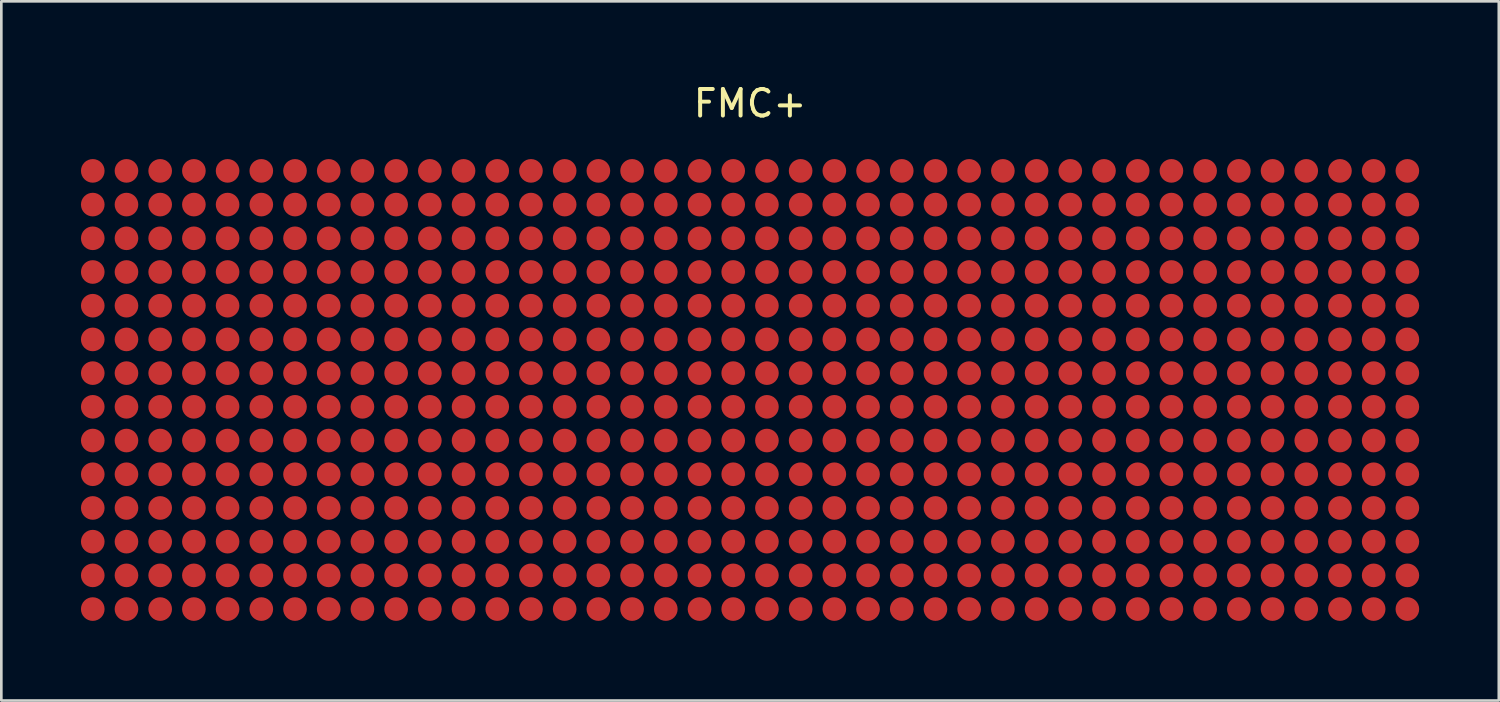
<source format=kicad_pcb>
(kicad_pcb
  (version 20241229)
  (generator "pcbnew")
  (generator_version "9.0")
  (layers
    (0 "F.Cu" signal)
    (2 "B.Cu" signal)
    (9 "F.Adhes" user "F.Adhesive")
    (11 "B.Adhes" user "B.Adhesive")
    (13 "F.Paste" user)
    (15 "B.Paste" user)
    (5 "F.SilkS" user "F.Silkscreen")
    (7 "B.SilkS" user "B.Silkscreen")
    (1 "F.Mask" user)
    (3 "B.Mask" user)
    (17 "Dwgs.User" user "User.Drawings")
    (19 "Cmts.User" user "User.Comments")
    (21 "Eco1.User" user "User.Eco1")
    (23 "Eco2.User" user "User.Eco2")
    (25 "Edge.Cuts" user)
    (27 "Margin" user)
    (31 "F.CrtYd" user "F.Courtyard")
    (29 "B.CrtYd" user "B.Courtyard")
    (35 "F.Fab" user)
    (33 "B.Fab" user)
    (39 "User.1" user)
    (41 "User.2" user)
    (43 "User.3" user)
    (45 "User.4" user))
  (footprint "FMC+"
    (layer "F.Cu")
    (at 25.21 11.643)
    (property "Reference" "FMC+" (at 0 -10.795 0) (layer "F.SilkS") (effects (font (size 1 1) (thickness 0.15))))
    (attr through_hole)
    (pad "A1" smd circle (at -24.765 -5.715) (size 0.89 0.89) (layers "F.Cu" "F.Mask" "F.Paste"))
    (pad "A2" smd circle (at -23.495 -5.715) (size 0.89 0.89) (layers "F.Cu" "F.Mask" "F.Paste"))
    (pad "A3" smd circle (at -22.225 -5.715) (size 0.89 0.89) (layers "F.Cu" "F.Mask" "F.Paste"))
    (pad "A4" smd circle (at -20.955 -5.715) (size 0.89 0.89) (layers "F.Cu" "F.Mask" "F.Paste"))
    (pad "A5" smd circle (at -19.685 -5.715) (size 0.89 0.89) (layers "F.Cu" "F.Mask" "F.Paste"))
    (pad "A6" smd circle (at -18.415 -5.715) (size 0.89 0.89) (layers "F.Cu" "F.Mask" "F.Paste"))
    (pad "A7" smd circle (at -17.145 -5.715) (size 0.89 0.89) (layers "F.Cu" "F.Mask" "F.Paste"))
    (pad "A8" smd circle (at -15.875 -5.715) (size 0.89 0.89) (layers "F.Cu" "F.Mask" "F.Paste"))
    (pad "A9" smd circle (at -14.605 -5.715) (size 0.89 0.89) (layers "F.Cu" "F.Mask" "F.Paste"))
    (pad "A10" smd circle (at -13.335 -5.715) (size 0.89 0.89) (layers "F.Cu" "F.Mask" "F.Paste"))
    (pad "A11" smd circle (at -12.065 -5.715) (size 0.89 0.89) (layers "F.Cu" "F.Mask" "F.Paste"))
    (pad "A12" smd circle (at -10.795 -5.715) (size 0.89 0.89) (layers "F.Cu" "F.Mask" "F.Paste"))
    (pad "A13" smd circle (at -9.525 -5.715) (size 0.89 0.89) (layers "F.Cu" "F.Mask" "F.Paste"))
    (pad "A14" smd circle (at -8.255 -5.715) (size 0.89 0.89) (layers "F.Cu" "F.Mask" "F.Paste"))
    (pad "A15" smd circle (at -6.985 -5.715) (size 0.89 0.89) (layers "F.Cu" "F.Mask" "F.Paste"))
    (pad "A16" smd circle (at -5.715 -5.715) (size 0.89 0.89) (layers "F.Cu" "F.Mask" "F.Paste"))
    (pad "A17" smd circle (at -4.445 -5.715) (size 0.89 0.89) (layers "F.Cu" "F.Mask" "F.Paste"))
    (pad "A18" smd circle (at -3.175 -5.715) (size 0.89 0.89) (layers "F.Cu" "F.Mask" "F.Paste"))
    (pad "A19" smd circle (at -1.905 -5.715) (size 0.89 0.89) (layers "F.Cu" "F.Mask" "F.Paste"))
    (pad "A20" smd circle (at -0.635 -5.715) (size 0.89 0.89) (layers "F.Cu" "F.Mask" "F.Paste"))
    (pad "A21" smd circle (at 0.635 -5.715) (size 0.89 0.89) (layers "F.Cu" "F.Mask" "F.Paste"))
    (pad "A22" smd circle (at 1.905 -5.715) (size 0.89 0.89) (layers "F.Cu" "F.Mask" "F.Paste"))
    (pad "A23" smd circle (at 3.175 -5.715) (size 0.89 0.89) (layers "F.Cu" "F.Mask" "F.Paste"))
    (pad "A24" smd circle (at 4.445 -5.715) (size 0.89 0.89) (layers "F.Cu" "F.Mask" "F.Paste"))
    (pad "A25" smd circle (at 5.715 -5.715) (size 0.89 0.89) (layers "F.Cu" "F.Mask" "F.Paste"))
    (pad "A26" smd circle (at 6.985 -5.715) (size 0.89 0.89) (layers "F.Cu" "F.Mask" "F.Paste"))
    (pad "A27" smd circle (at 8.255 -5.715) (size 0.89 0.89) (layers "F.Cu" "F.Mask" "F.Paste"))
    (pad "A28" smd circle (at 9.525 -5.715) (size 0.89 0.89) (layers "F.Cu" "F.Mask" "F.Paste"))
    (pad "A29" smd circle (at 10.795 -5.715) (size 0.89 0.89) (layers "F.Cu" "F.Mask" "F.Paste"))
    (pad "A30" smd circle (at 12.065 -5.715) (size 0.89 0.89) (layers "F.Cu" "F.Mask" "F.Paste"))
    (pad "A31" smd circle (at 13.335 -5.715) (size 0.89 0.89) (layers "F.Cu" "F.Mask" "F.Paste"))
    (pad "A32" smd circle (at 14.605 -5.715) (size 0.89 0.89) (layers "F.Cu" "F.Mask" "F.Paste"))
    (pad "A33" smd circle (at 15.875 -5.715) (size 0.89 0.89) (layers "F.Cu" "F.Mask" "F.Paste"))
    (pad "A34" smd circle (at 17.145 -5.715) (size 0.89 0.89) (layers "F.Cu" "F.Mask" "F.Paste"))
    (pad "A35" smd circle (at 18.415 -5.715) (size 0.89 0.89) (layers "F.Cu" "F.Mask" "F.Paste"))
    (pad "A36" smd circle (at 19.685 -5.715) (size 0.89 0.89) (layers "F.Cu" "F.Mask" "F.Paste"))
    (pad "A37" smd circle (at 20.955 -5.715) (size 0.89 0.89) (layers "F.Cu" "F.Mask" "F.Paste"))
    (pad "A38" smd circle (at 22.225 -5.715) (size 0.89 0.89) (layers "F.Cu" "F.Mask" "F.Paste"))
    (pad "A39" smd circle (at 23.495 -5.715) (size 0.89 0.89) (layers "F.Cu" "F.Mask" "F.Paste"))
    (pad "A40" smd circle (at 24.765 -5.715) (size 0.89 0.89) (layers "F.Cu" "F.Mask" "F.Paste"))
    (pad "B1" smd circle (at -24.765 -4.445) (size 0.89 0.89) (layers "F.Cu" "F.Mask" "F.Paste"))
    (pad "B2" smd circle (at -23.495 -4.445) (size 0.89 0.89) (layers "F.Cu" "F.Mask" "F.Paste"))
    (pad "B3" smd circle (at -22.225 -4.445) (size 0.89 0.89) (layers "F.Cu" "F.Mask" "F.Paste"))
    (pad "B4" smd circle (at -20.955 -4.445) (size 0.89 0.89) (layers "F.Cu" "F.Mask" "F.Paste"))
    (pad "B5" smd circle (at -19.685 -4.445) (size 0.89 0.89) (layers "F.Cu" "F.Mask" "F.Paste"))
    (pad "B6" smd circle (at -18.415 -4.445) (size 0.89 0.89) (layers "F.Cu" "F.Mask" "F.Paste"))
    (pad "B7" smd circle (at -17.145 -4.445) (size 0.89 0.89) (layers "F.Cu" "F.Mask" "F.Paste"))
    (pad "B8" smd circle (at -15.875 -4.445) (size 0.89 0.89) (layers "F.Cu" "F.Mask" "F.Paste"))
    (pad "B9" smd circle (at -14.605 -4.445) (size 0.89 0.89) (layers "F.Cu" "F.Mask" "F.Paste"))
    (pad "B10" smd circle (at -13.335 -4.445) (size 0.89 0.89) (layers "F.Cu" "F.Mask" "F.Paste"))
    (pad "B11" smd circle (at -12.065 -4.445) (size 0.89 0.89) (layers "F.Cu" "F.Mask" "F.Paste"))
    (pad "B12" smd circle (at -10.795 -4.445) (size 0.89 0.89) (layers "F.Cu" "F.Mask" "F.Paste"))
    (pad "B13" smd circle (at -9.525 -4.445) (size 0.89 0.89) (layers "F.Cu" "F.Mask" "F.Paste"))
    (pad "B14" smd circle (at -8.255 -4.445) (size 0.89 0.89) (layers "F.Cu" "F.Mask" "F.Paste"))
    (pad "B15" smd circle (at -6.985 -4.445) (size 0.89 0.89) (layers "F.Cu" "F.Mask" "F.Paste"))
    (pad "B16" smd circle (at -5.715 -4.445) (size 0.89 0.89) (layers "F.Cu" "F.Mask" "F.Paste"))
    (pad "B17" smd circle (at -4.445 -4.445) (size 0.89 0.89) (layers "F.Cu" "F.Mask" "F.Paste"))
    (pad "B18" smd circle (at -3.175 -4.445) (size 0.89 0.89) (layers "F.Cu" "F.Mask" "F.Paste"))
    (pad "B19" smd circle (at -1.905 -4.445) (size 0.89 0.89) (layers "F.Cu" "F.Mask" "F.Paste"))
    (pad "B20" smd circle (at -0.635 -4.445) (size 0.89 0.89) (layers "F.Cu" "F.Mask" "F.Paste"))
    (pad "B21" smd circle (at 0.635 -4.445) (size 0.89 0.89) (layers "F.Cu" "F.Mask" "F.Paste"))
    (pad "B22" smd circle (at 1.905 -4.445) (size 0.89 0.89) (layers "F.Cu" "F.Mask" "F.Paste"))
    (pad "B23" smd circle (at 3.175 -4.445) (size 0.89 0.89) (layers "F.Cu" "F.Mask" "F.Paste"))
    (pad "B24" smd circle (at 4.445 -4.445) (size 0.89 0.89) (layers "F.Cu" "F.Mask" "F.Paste"))
    (pad "B25" smd circle (at 5.715 -4.445) (size 0.89 0.89) (layers "F.Cu" "F.Mask" "F.Paste"))
    (pad "B26" smd circle (at 6.985 -4.445) (size 0.89 0.89) (layers "F.Cu" "F.Mask" "F.Paste"))
    (pad "B27" smd circle (at 8.255 -4.445) (size 0.89 0.89) (layers "F.Cu" "F.Mask" "F.Paste"))
    (pad "B28" smd circle (at 9.525 -4.445) (size 0.89 0.89) (layers "F.Cu" "F.Mask" "F.Paste"))
    (pad "B29" smd circle (at 10.795 -4.445) (size 0.89 0.89) (layers "F.Cu" "F.Mask" "F.Paste"))
    (pad "B30" smd circle (at 12.065 -4.445) (size 0.89 0.89) (layers "F.Cu" "F.Mask" "F.Paste"))
    (pad "B31" smd circle (at 13.335 -4.445) (size 0.89 0.89) (layers "F.Cu" "F.Mask" "F.Paste"))
    (pad "B32" smd circle (at 14.605 -4.445) (size 0.89 0.89) (layers "F.Cu" "F.Mask" "F.Paste"))
    (pad "B33" smd circle (at 15.875 -4.445) (size 0.89 0.89) (layers "F.Cu" "F.Mask" "F.Paste"))
    (pad "B34" smd circle (at 17.145 -4.445) (size 0.89 0.89) (layers "F.Cu" "F.Mask" "F.Paste"))
    (pad "B35" smd circle (at 18.415 -4.445) (size 0.89 0.89) (layers "F.Cu" "F.Mask" "F.Paste"))
    (pad "B36" smd circle (at 19.685 -4.445) (size 0.89 0.89) (layers "F.Cu" "F.Mask" "F.Paste"))
    (pad "B37" smd circle (at 20.955 -4.445) (size 0.89 0.89) (layers "F.Cu" "F.Mask" "F.Paste"))
    (pad "B38" smd circle (at 22.225 -4.445) (size 0.89 0.89) (layers "F.Cu" "F.Mask" "F.Paste"))
    (pad "B39" smd circle (at 23.495 -4.445) (size 0.89 0.89) (layers "F.Cu" "F.Mask" "F.Paste"))
    (pad "B40" smd circle (at 24.765 -4.445) (size 0.89 0.89) (layers "F.Cu" "F.Mask" "F.Paste"))
    (pad "C1" smd circle (at -24.765 -3.175) (size 0.89 0.89) (layers "F.Cu" "F.Mask" "F.Paste"))
    (pad "C2" smd circle (at -23.495 -3.175) (size 0.89 0.89) (layers "F.Cu" "F.Mask" "F.Paste"))
    (pad "C3" smd circle (at -22.225 -3.175) (size 0.89 0.89) (layers "F.Cu" "F.Mask" "F.Paste"))
    (pad "C4" smd circle (at -20.955 -3.175) (size 0.89 0.89) (layers "F.Cu" "F.Mask" "F.Paste"))
    (pad "C5" smd circle (at -19.685 -3.175) (size 0.89 0.89) (layers "F.Cu" "F.Mask" "F.Paste"))
    (pad "C6" smd circle (at -18.415 -3.175) (size 0.89 0.89) (layers "F.Cu" "F.Mask" "F.Paste"))
    (pad "C7" smd circle (at -17.145 -3.175) (size 0.89 0.89) (layers "F.Cu" "F.Mask" "F.Paste"))
    (pad "C8" smd circle (at -15.875 -3.175) (size 0.89 0.89) (layers "F.Cu" "F.Mask" "F.Paste"))
    (pad "C9" smd circle (at -14.605 -3.175) (size 0.89 0.89) (layers "F.Cu" "F.Mask" "F.Paste"))
    (pad "C10" smd circle (at -13.335 -3.175) (size 0.89 0.89) (layers "F.Cu" "F.Mask" "F.Paste"))
    (pad "C11" smd circle (at -12.065 -3.175) (size 0.89 0.89) (layers "F.Cu" "F.Mask" "F.Paste"))
    (pad "C12" smd circle (at -10.795 -3.175) (size 0.89 0.89) (layers "F.Cu" "F.Mask" "F.Paste"))
    (pad "C13" smd circle (at -9.525 -3.175) (size 0.89 0.89) (layers "F.Cu" "F.Mask" "F.Paste"))
    (pad "C14" smd circle (at -8.255 -3.175) (size 0.89 0.89) (layers "F.Cu" "F.Mask" "F.Paste"))
    (pad "C15" smd circle (at -6.985 -3.175) (size 0.89 0.89) (layers "F.Cu" "F.Mask" "F.Paste"))
    (pad "C16" smd circle (at -5.715 -3.175) (size 0.89 0.89) (layers "F.Cu" "F.Mask" "F.Paste"))
    (pad "C17" smd circle (at -4.445 -3.175) (size 0.89 0.89) (layers "F.Cu" "F.Mask" "F.Paste"))
    (pad "C18" smd circle (at -3.175 -3.175) (size 0.89 0.89) (layers "F.Cu" "F.Mask" "F.Paste"))
    (pad "C19" smd circle (at -1.905 -3.175) (size 0.89 0.89) (layers "F.Cu" "F.Mask" "F.Paste"))
    (pad "C20" smd circle (at -0.635 -3.175) (size 0.89 0.89) (layers "F.Cu" "F.Mask" "F.Paste"))
    (pad "C21" smd circle (at 0.635 -3.175) (size 0.89 0.89) (layers "F.Cu" "F.Mask" "F.Paste"))
    (pad "C22" smd circle (at 1.905 -3.175) (size 0.89 0.89) (layers "F.Cu" "F.Mask" "F.Paste"))
    (pad "C23" smd circle (at 3.175 -3.175) (size 0.89 0.89) (layers "F.Cu" "F.Mask" "F.Paste"))
    (pad "C24" smd circle (at 4.445 -3.175) (size 0.89 0.89) (layers "F.Cu" "F.Mask" "F.Paste"))
    (pad "C25" smd circle (at 5.715 -3.175) (size 0.89 0.89) (layers "F.Cu" "F.Mask" "F.Paste"))
    (pad "C26" smd circle (at 6.985 -3.175) (size 0.89 0.89) (layers "F.Cu" "F.Mask" "F.Paste"))
    (pad "C27" smd circle (at 8.255 -3.175) (size 0.89 0.89) (layers "F.Cu" "F.Mask" "F.Paste"))
    (pad "C28" smd circle (at 9.525 -3.175) (size 0.89 0.89) (layers "F.Cu" "F.Mask" "F.Paste"))
    (pad "C29" smd circle (at 10.795 -3.175) (size 0.89 0.89) (layers "F.Cu" "F.Mask" "F.Paste"))
    (pad "C30" smd circle (at 12.065 -3.175) (size 0.89 0.89) (layers "F.Cu" "F.Mask" "F.Paste"))
    (pad "C31" smd circle (at 13.335 -3.175) (size 0.89 0.89) (layers "F.Cu" "F.Mask" "F.Paste"))
    (pad "C32" smd circle (at 14.605 -3.175) (size 0.89 0.89) (layers "F.Cu" "F.Mask" "F.Paste"))
    (pad "C33" smd circle (at 15.875 -3.175) (size 0.89 0.89) (layers "F.Cu" "F.Mask" "F.Paste"))
    (pad "C34" smd circle (at 17.145 -3.175) (size 0.89 0.89) (layers "F.Cu" "F.Mask" "F.Paste"))
    (pad "C35" smd circle (at 18.415 -3.175) (size 0.89 0.89) (layers "F.Cu" "F.Mask" "F.Paste"))
    (pad "C36" smd circle (at 19.685 -3.175) (size 0.89 0.89) (layers "F.Cu" "F.Mask" "F.Paste"))
    (pad "C37" smd circle (at 20.955 -3.175) (size 0.89 0.89) (layers "F.Cu" "F.Mask" "F.Paste"))
    (pad "C38" smd circle (at 22.225 -3.175) (size 0.89 0.89) (layers "F.Cu" "F.Mask" "F.Paste"))
    (pad "C39" smd circle (at 23.495 -3.175) (size 0.89 0.89) (layers "F.Cu" "F.Mask" "F.Paste"))
    (pad "C40" smd circle (at 24.765 -3.175) (size 0.89 0.89) (layers "F.Cu" "F.Mask" "F.Paste"))
    (pad "D1" smd circle (at -24.765 -1.905) (size 0.89 0.89) (layers "F.Cu" "F.Mask" "F.Paste"))
    (pad "D2" smd circle (at -23.495 -1.905) (size 0.89 0.89) (layers "F.Cu" "F.Mask" "F.Paste"))
    (pad "D3" smd circle (at -22.225 -1.905) (size 0.89 0.89) (layers "F.Cu" "F.Mask" "F.Paste"))
    (pad "D4" smd circle (at -20.955 -1.905) (size 0.89 0.89) (layers "F.Cu" "F.Mask" "F.Paste"))
    (pad "D5" smd circle (at -19.685 -1.905) (size 0.89 0.89) (layers "F.Cu" "F.Mask" "F.Paste"))
    (pad "D6" smd circle (at -18.415 -1.905) (size 0.89 0.89) (layers "F.Cu" "F.Mask" "F.Paste"))
    (pad "D7" smd circle (at -17.145 -1.905) (size 0.89 0.89) (layers "F.Cu" "F.Mask" "F.Paste"))
    (pad "D8" smd circle (at -15.875 -1.905) (size 0.89 0.89) (layers "F.Cu" "F.Mask" "F.Paste"))
    (pad "D9" smd circle (at -14.605 -1.905) (size 0.89 0.89) (layers "F.Cu" "F.Mask" "F.Paste"))
    (pad "D10" smd circle (at -13.335 -1.905) (size 0.89 0.89) (layers "F.Cu" "F.Mask" "F.Paste"))
    (pad "D11" smd circle (at -12.065 -1.905) (size 0.89 0.89) (layers "F.Cu" "F.Mask" "F.Paste"))
    (pad "D12" smd circle (at -10.795 -1.905) (size 0.89 0.89) (layers "F.Cu" "F.Mask" "F.Paste"))
    (pad "D13" smd circle (at -9.525 -1.905) (size 0.89 0.89) (layers "F.Cu" "F.Mask" "F.Paste"))
    (pad "D14" smd circle (at -8.255 -1.905) (size 0.89 0.89) (layers "F.Cu" "F.Mask" "F.Paste"))
    (pad "D15" smd circle (at -6.985 -1.905) (size 0.89 0.89) (layers "F.Cu" "F.Mask" "F.Paste"))
    (pad "D16" smd circle (at -5.715 -1.905) (size 0.89 0.89) (layers "F.Cu" "F.Mask" "F.Paste"))
    (pad "D17" smd circle (at -4.445 -1.905) (size 0.89 0.89) (layers "F.Cu" "F.Mask" "F.Paste"))
    (pad "D18" smd circle (at -3.175 -1.905) (size 0.89 0.89) (layers "F.Cu" "F.Mask" "F.Paste"))
    (pad "D19" smd circle (at -1.905 -1.905) (size 0.89 0.89) (layers "F.Cu" "F.Mask" "F.Paste"))
    (pad "D20" smd circle (at -0.635 -1.905) (size 0.89 0.89) (layers "F.Cu" "F.Mask" "F.Paste"))
    (pad "D21" smd circle (at 0.635 -1.905) (size 0.89 0.89) (layers "F.Cu" "F.Mask" "F.Paste"))
    (pad "D22" smd circle (at 1.905 -1.905) (size 0.89 0.89) (layers "F.Cu" "F.Mask" "F.Paste"))
    (pad "D23" smd circle (at 3.175 -1.905) (size 0.89 0.89) (layers "F.Cu" "F.Mask" "F.Paste"))
    (pad "D24" smd circle (at 4.445 -1.905) (size 0.89 0.89) (layers "F.Cu" "F.Mask" "F.Paste"))
    (pad "D25" smd circle (at 5.715 -1.905) (size 0.89 0.89) (layers "F.Cu" "F.Mask" "F.Paste"))
    (pad "D26" smd circle (at 6.985 -1.905) (size 0.89 0.89) (layers "F.Cu" "F.Mask" "F.Paste"))
    (pad "D27" smd circle (at 8.255 -1.905) (size 0.89 0.89) (layers "F.Cu" "F.Mask" "F.Paste"))
    (pad "D28" smd circle (at 9.525 -1.905) (size 0.89 0.89) (layers "F.Cu" "F.Mask" "F.Paste"))
    (pad "D29" smd circle (at 10.795 -1.905) (size 0.89 0.89) (layers "F.Cu" "F.Mask" "F.Paste"))
    (pad "D30" smd circle (at 12.065 -1.905) (size 0.89 0.89) (layers "F.Cu" "F.Mask" "F.Paste"))
    (pad "D31" smd circle (at 13.335 -1.905) (size 0.89 0.89) (layers "F.Cu" "F.Mask" "F.Paste"))
    (pad "D32" smd circle (at 14.605 -1.905) (size 0.89 0.89) (layers "F.Cu" "F.Mask" "F.Paste"))
    (pad "D33" smd circle (at 15.875 -1.905) (size 0.89 0.89) (layers "F.Cu" "F.Mask" "F.Paste"))
    (pad "D34" smd circle (at 17.145 -1.905) (size 0.89 0.89) (layers "F.Cu" "F.Mask" "F.Paste"))
    (pad "D35" smd circle (at 18.415 -1.905) (size 0.89 0.89) (layers "F.Cu" "F.Mask" "F.Paste"))
    (pad "D36" smd circle (at 19.685 -1.905) (size 0.89 0.89) (layers "F.Cu" "F.Mask" "F.Paste"))
    (pad "D37" smd circle (at 20.955 -1.905) (size 0.89 0.89) (layers "F.Cu" "F.Mask" "F.Paste"))
    (pad "D38" smd circle (at 22.225 -1.905) (size 0.89 0.89) (layers "F.Cu" "F.Mask" "F.Paste"))
    (pad "D39" smd circle (at 23.495 -1.905) (size 0.89 0.89) (layers "F.Cu" "F.Mask" "F.Paste"))
    (pad "D40" smd circle (at 24.765 -1.905) (size 0.89 0.89) (layers "F.Cu" "F.Mask" "F.Paste"))
    (pad "E1" smd circle (at -24.765 -0.635) (size 0.89 0.89) (layers "F.Cu" "F.Mask" "F.Paste"))
    (pad "E2" smd circle (at -23.495 -0.635) (size 0.89 0.89) (layers "F.Cu" "F.Mask" "F.Paste"))
    (pad "E3" smd circle (at -22.225 -0.635) (size 0.89 0.89) (layers "F.Cu" "F.Mask" "F.Paste"))
    (pad "E4" smd circle (at -20.955 -0.635) (size 0.89 0.89) (layers "F.Cu" "F.Mask" "F.Paste"))
    (pad "E5" smd circle (at -19.685 -0.635) (size 0.89 0.89) (layers "F.Cu" "F.Mask" "F.Paste"))
    (pad "E6" smd circle (at -18.415 -0.635) (size 0.89 0.89) (layers "F.Cu" "F.Mask" "F.Paste"))
    (pad "E7" smd circle (at -17.145 -0.635) (size 0.89 0.89) (layers "F.Cu" "F.Mask" "F.Paste"))
    (pad "E8" smd circle (at -15.875 -0.635) (size 0.89 0.89) (layers "F.Cu" "F.Mask" "F.Paste"))
    (pad "E9" smd circle (at -14.605 -0.635) (size 0.89 0.89) (layers "F.Cu" "F.Mask" "F.Paste"))
    (pad "E10" smd circle (at -13.335 -0.635) (size 0.89 0.89) (layers "F.Cu" "F.Mask" "F.Paste"))
    (pad "E11" smd circle (at -12.065 -0.635) (size 0.89 0.89) (layers "F.Cu" "F.Mask" "F.Paste"))
    (pad "E12" smd circle (at -10.795 -0.635) (size 0.89 0.89) (layers "F.Cu" "F.Mask" "F.Paste"))
    (pad "E13" smd circle (at -9.525 -0.635) (size 0.89 0.89) (layers "F.Cu" "F.Mask" "F.Paste"))
    (pad "E14" smd circle (at -8.255 -0.635) (size 0.89 0.89) (layers "F.Cu" "F.Mask" "F.Paste"))
    (pad "E15" smd circle (at -6.985 -0.635) (size 0.89 0.89) (layers "F.Cu" "F.Mask" "F.Paste"))
    (pad "E16" smd circle (at -5.715 -0.635) (size 0.89 0.89) (layers "F.Cu" "F.Mask" "F.Paste"))
    (pad "E17" smd circle (at -4.445 -0.635) (size 0.89 0.89) (layers "F.Cu" "F.Mask" "F.Paste"))
    (pad "E18" smd circle (at -3.175 -0.635) (size 0.89 0.89) (layers "F.Cu" "F.Mask" "F.Paste"))
    (pad "E19" smd circle (at -1.905 -0.635) (size 0.89 0.89) (layers "F.Cu" "F.Mask" "F.Paste"))
    (pad "E20" smd circle (at -0.635 -0.635) (size 0.89 0.89) (layers "F.Cu" "F.Mask" "F.Paste"))
    (pad "E21" smd circle (at 0.635 -0.635) (size 0.89 0.89) (layers "F.Cu" "F.Mask" "F.Paste"))
    (pad "E22" smd circle (at 1.905 -0.635) (size 0.89 0.89) (layers "F.Cu" "F.Mask" "F.Paste"))
    (pad "E23" smd circle (at 3.175 -0.635) (size 0.89 0.89) (layers "F.Cu" "F.Mask" "F.Paste"))
    (pad "E24" smd circle (at 4.445 -0.635) (size 0.89 0.89) (layers "F.Cu" "F.Mask" "F.Paste"))
    (pad "E25" smd circle (at 5.715 -0.635) (size 0.89 0.89) (layers "F.Cu" "F.Mask" "F.Paste"))
    (pad "E26" smd circle (at 6.985 -0.635) (size 0.89 0.89) (layers "F.Cu" "F.Mask" "F.Paste"))
    (pad "E27" smd circle (at 8.255 -0.635) (size 0.89 0.89) (layers "F.Cu" "F.Mask" "F.Paste"))
    (pad "E28" smd circle (at 9.525 -0.635) (size 0.89 0.89) (layers "F.Cu" "F.Mask" "F.Paste"))
    (pad "E29" smd circle (at 10.795 -0.635) (size 0.89 0.89) (layers "F.Cu" "F.Mask" "F.Paste"))
    (pad "E30" smd circle (at 12.065 -0.635) (size 0.89 0.89) (layers "F.Cu" "F.Mask" "F.Paste"))
    (pad "E31" smd circle (at 13.335 -0.635) (size 0.89 0.89) (layers "F.Cu" "F.Mask" "F.Paste"))
    (pad "E32" smd circle (at 14.605 -0.635) (size 0.89 0.89) (layers "F.Cu" "F.Mask" "F.Paste"))
    (pad "E33" smd circle (at 15.875 -0.635) (size 0.89 0.89) (layers "F.Cu" "F.Mask" "F.Paste"))
    (pad "E34" smd circle (at 17.145 -0.635) (size 0.89 0.89) (layers "F.Cu" "F.Mask" "F.Paste"))
    (pad "E35" smd circle (at 18.415 -0.635) (size 0.89 0.89) (layers "F.Cu" "F.Mask" "F.Paste"))
    (pad "E36" smd circle (at 19.685 -0.635) (size 0.89 0.89) (layers "F.Cu" "F.Mask" "F.Paste"))
    (pad "E37" smd circle (at 20.955 -0.635) (size 0.89 0.89) (layers "F.Cu" "F.Mask" "F.Paste"))
    (pad "E38" smd circle (at 22.225 -0.635) (size 0.89 0.89) (layers "F.Cu" "F.Mask" "F.Paste"))
    (pad "E39" smd circle (at 23.495 -0.635) (size 0.89 0.89) (layers "F.Cu" "F.Mask" "F.Paste"))
    (pad "E40" smd circle (at 24.765 -0.635) (size 0.89 0.89) (layers "F.Cu" "F.Mask" "F.Paste"))
    (pad "F1" smd circle (at -24.765 0.635) (size 0.89 0.89) (layers "F.Cu" "F.Mask" "F.Paste"))
    (pad "F2" smd circle (at -23.495 0.635) (size 0.89 0.89) (layers "F.Cu" "F.Mask" "F.Paste"))
    (pad "F3" smd circle (at -22.225 0.635) (size 0.89 0.89) (layers "F.Cu" "F.Mask" "F.Paste"))
    (pad "F4" smd circle (at -20.955 0.635) (size 0.89 0.89) (layers "F.Cu" "F.Mask" "F.Paste"))
    (pad "F5" smd circle (at -19.685 0.635) (size 0.89 0.89) (layers "F.Cu" "F.Mask" "F.Paste"))
    (pad "F6" smd circle (at -18.415 0.635) (size 0.89 0.89) (layers "F.Cu" "F.Mask" "F.Paste"))
    (pad "F7" smd circle (at -17.145 0.635) (size 0.89 0.89) (layers "F.Cu" "F.Mask" "F.Paste"))
    (pad "F8" smd circle (at -15.875 0.635) (size 0.89 0.89) (layers "F.Cu" "F.Mask" "F.Paste"))
    (pad "F9" smd circle (at -14.605 0.635) (size 0.89 0.89) (layers "F.Cu" "F.Mask" "F.Paste"))
    (pad "F10" smd circle (at -13.335 0.635) (size 0.89 0.89) (layers "F.Cu" "F.Mask" "F.Paste"))
    (pad "F11" smd circle (at -12.065 0.635) (size 0.89 0.89) (layers "F.Cu" "F.Mask" "F.Paste"))
    (pad "F12" smd circle (at -10.795 0.635) (size 0.89 0.89) (layers "F.Cu" "F.Mask" "F.Paste"))
    (pad "F13" smd circle (at -9.525 0.635) (size 0.89 0.89) (layers "F.Cu" "F.Mask" "F.Paste"))
    (pad "F14" smd circle (at -8.255 0.635) (size 0.89 0.89) (layers "F.Cu" "F.Mask" "F.Paste"))
    (pad "F15" smd circle (at -6.985 0.635) (size 0.89 0.89) (layers "F.Cu" "F.Mask" "F.Paste"))
    (pad "F16" smd circle (at -5.715 0.635) (size 0.89 0.89) (layers "F.Cu" "F.Mask" "F.Paste"))
    (pad "F17" smd circle (at -4.445 0.635) (size 0.89 0.89) (layers "F.Cu" "F.Mask" "F.Paste"))
    (pad "F18" smd circle (at -3.175 0.635) (size 0.89 0.89) (layers "F.Cu" "F.Mask" "F.Paste"))
    (pad "F19" smd circle (at -1.905 0.635) (size 0.89 0.89) (layers "F.Cu" "F.Mask" "F.Paste"))
    (pad "F20" smd circle (at -0.635 0.635) (size 0.89 0.89) (layers "F.Cu" "F.Mask" "F.Paste"))
    (pad "F21" smd circle (at 0.635 0.635) (size 0.89 0.89) (layers "F.Cu" "F.Mask" "F.Paste"))
    (pad "F22" smd circle (at 1.905 0.635) (size 0.89 0.89) (layers "F.Cu" "F.Mask" "F.Paste"))
    (pad "F23" smd circle (at 3.175 0.635) (size 0.89 0.89) (layers "F.Cu" "F.Mask" "F.Paste"))
    (pad "F24" smd circle (at 4.445 0.635) (size 0.89 0.89) (layers "F.Cu" "F.Mask" "F.Paste"))
    (pad "F25" smd circle (at 5.715 0.635) (size 0.89 0.89) (layers "F.Cu" "F.Mask" "F.Paste"))
    (pad "F26" smd circle (at 6.985 0.635) (size 0.89 0.89) (layers "F.Cu" "F.Mask" "F.Paste"))
    (pad "F27" smd circle (at 8.255 0.635) (size 0.89 0.89) (layers "F.Cu" "F.Mask" "F.Paste"))
    (pad "F28" smd circle (at 9.525 0.635) (size 0.89 0.89) (layers "F.Cu" "F.Mask" "F.Paste"))
    (pad "F29" smd circle (at 10.795 0.635) (size 0.89 0.89) (layers "F.Cu" "F.Mask" "F.Paste"))
    (pad "F30" smd circle (at 12.065 0.635) (size 0.89 0.89) (layers "F.Cu" "F.Mask" "F.Paste"))
    (pad "F31" smd circle (at 13.335 0.635) (size 0.89 0.89) (layers "F.Cu" "F.Mask" "F.Paste"))
    (pad "F32" smd circle (at 14.605 0.635) (size 0.89 0.89) (layers "F.Cu" "F.Mask" "F.Paste"))
    (pad "F33" smd circle (at 15.875 0.635) (size 0.89 0.89) (layers "F.Cu" "F.Mask" "F.Paste"))
    (pad "F34" smd circle (at 17.145 0.635) (size 0.89 0.89) (layers "F.Cu" "F.Mask" "F.Paste"))
    (pad "F35" smd circle (at 18.415 0.635) (size 0.89 0.89) (layers "F.Cu" "F.Mask" "F.Paste"))
    (pad "F36" smd circle (at 19.685 0.635) (size 0.89 0.89) (layers "F.Cu" "F.Mask" "F.Paste"))
    (pad "F37" smd circle (at 20.955 0.635) (size 0.89 0.89) (layers "F.Cu" "F.Mask" "F.Paste"))
    (pad "F38" smd circle (at 22.225 0.635) (size 0.89 0.89) (layers "F.Cu" "F.Mask" "F.Paste"))
    (pad "F39" smd circle (at 23.495 0.635) (size 0.89 0.89) (layers "F.Cu" "F.Mask" "F.Paste"))
    (pad "F40" smd circle (at 24.765 0.635) (size 0.89 0.89) (layers "F.Cu" "F.Mask" "F.Paste"))
    (pad "G1" smd circle (at -24.765 1.905) (size 0.89 0.89) (layers "F.Cu" "F.Mask" "F.Paste"))
    (pad "G2" smd circle (at -23.495 1.905) (size 0.89 0.89) (layers "F.Cu" "F.Mask" "F.Paste"))
    (pad "G3" smd circle (at -22.225 1.905) (size 0.89 0.89) (layers "F.Cu" "F.Mask" "F.Paste"))
    (pad "G4" smd circle (at -20.955 1.905) (size 0.89 0.89) (layers "F.Cu" "F.Mask" "F.Paste"))
    (pad "G5" smd circle (at -19.685 1.905) (size 0.89 0.89) (layers "F.Cu" "F.Mask" "F.Paste"))
    (pad "G6" smd circle (at -18.415 1.905) (size 0.89 0.89) (layers "F.Cu" "F.Mask" "F.Paste"))
    (pad "G7" smd circle (at -17.145 1.905) (size 0.89 0.89) (layers "F.Cu" "F.Mask" "F.Paste"))
    (pad "G8" smd circle (at -15.875 1.905) (size 0.89 0.89) (layers "F.Cu" "F.Mask" "F.Paste"))
    (pad "G9" smd circle (at -14.605 1.905) (size 0.89 0.89) (layers "F.Cu" "F.Mask" "F.Paste"))
    (pad "G10" smd circle (at -13.335 1.905) (size 0.89 0.89) (layers "F.Cu" "F.Mask" "F.Paste"))
    (pad "G11" smd circle (at -12.065 1.905) (size 0.89 0.89) (layers "F.Cu" "F.Mask" "F.Paste"))
    (pad "G12" smd circle (at -10.795 1.905) (size 0.89 0.89) (layers "F.Cu" "F.Mask" "F.Paste"))
    (pad "G13" smd circle (at -9.525 1.905) (size 0.89 0.89) (layers "F.Cu" "F.Mask" "F.Paste"))
    (pad "G14" smd circle (at -8.255 1.905) (size 0.89 0.89) (layers "F.Cu" "F.Mask" "F.Paste"))
    (pad "G15" smd circle (at -6.985 1.905) (size 0.89 0.89) (layers "F.Cu" "F.Mask" "F.Paste"))
    (pad "G16" smd circle (at -5.715 1.905) (size 0.89 0.89) (layers "F.Cu" "F.Mask" "F.Paste"))
    (pad "G17" smd circle (at -4.445 1.905) (size 0.89 0.89) (layers "F.Cu" "F.Mask" "F.Paste"))
    (pad "G18" smd circle (at -3.175 1.905) (size 0.89 0.89) (layers "F.Cu" "F.Mask" "F.Paste"))
    (pad "G19" smd circle (at -1.905 1.905) (size 0.89 0.89) (layers "F.Cu" "F.Mask" "F.Paste"))
    (pad "G20" smd circle (at -0.635 1.905) (size 0.89 0.89) (layers "F.Cu" "F.Mask" "F.Paste"))
    (pad "G21" smd circle (at 0.635 1.905) (size 0.89 0.89) (layers "F.Cu" "F.Mask" "F.Paste"))
    (pad "G22" smd circle (at 1.905 1.905) (size 0.89 0.89) (layers "F.Cu" "F.Mask" "F.Paste"))
    (pad "G23" smd circle (at 3.175 1.905) (size 0.89 0.89) (layers "F.Cu" "F.Mask" "F.Paste"))
    (pad "G24" smd circle (at 4.445 1.905) (size 0.89 0.89) (layers "F.Cu" "F.Mask" "F.Paste"))
    (pad "G25" smd circle (at 5.715 1.905) (size 0.89 0.89) (layers "F.Cu" "F.Mask" "F.Paste"))
    (pad "G26" smd circle (at 6.985 1.905) (size 0.89 0.89) (layers "F.Cu" "F.Mask" "F.Paste"))
    (pad "G27" smd circle (at 8.255 1.905) (size 0.89 0.89) (layers "F.Cu" "F.Mask" "F.Paste"))
    (pad "G28" smd circle (at 9.525 1.905) (size 0.89 0.89) (layers "F.Cu" "F.Mask" "F.Paste"))
    (pad "G29" smd circle (at 10.795 1.905) (size 0.89 0.89) (layers "F.Cu" "F.Mask" "F.Paste"))
    (pad "G30" smd circle (at 12.065 1.905) (size 0.89 0.89) (layers "F.Cu" "F.Mask" "F.Paste"))
    (pad "G31" smd circle (at 13.335 1.905) (size 0.89 0.89) (layers "F.Cu" "F.Mask" "F.Paste"))
    (pad "G32" smd circle (at 14.605 1.905) (size 0.89 0.89) (layers "F.Cu" "F.Mask" "F.Paste"))
    (pad "G33" smd circle (at 15.875 1.905) (size 0.89 0.89) (layers "F.Cu" "F.Mask" "F.Paste"))
    (pad "G34" smd circle (at 17.145 1.905) (size 0.89 0.89) (layers "F.Cu" "F.Mask" "F.Paste"))
    (pad "G35" smd circle (at 18.415 1.905) (size 0.89 0.89) (layers "F.Cu" "F.Mask" "F.Paste"))
    (pad "G36" smd circle (at 19.685 1.905) (size 0.89 0.89) (layers "F.Cu" "F.Mask" "F.Paste"))
    (pad "G37" smd circle (at 20.955 1.905) (size 0.89 0.89) (layers "F.Cu" "F.Mask" "F.Paste"))
    (pad "G38" smd circle (at 22.225 1.905) (size 0.89 0.89) (layers "F.Cu" "F.Mask" "F.Paste"))
    (pad "G39" smd circle (at 23.495 1.905) (size 0.89 0.89) (layers "F.Cu" "F.Mask" "F.Paste"))
    (pad "G40" smd circle (at 24.765 1.905) (size 0.89 0.89) (layers "F.Cu" "F.Mask" "F.Paste"))
    (pad "H1" smd circle (at -24.765 3.175) (size 0.89 0.89) (layers "F.Cu" "F.Mask" "F.Paste"))
    (pad "H2" smd circle (at -23.495 3.175) (size 0.89 0.89) (layers "F.Cu" "F.Mask" "F.Paste"))
    (pad "H3" smd circle (at -22.225 3.175) (size 0.89 0.89) (layers "F.Cu" "F.Mask" "F.Paste"))
    (pad "H4" smd circle (at -20.955 3.175) (size 0.89 0.89) (layers "F.Cu" "F.Mask" "F.Paste"))
    (pad "H5" smd circle (at -19.685 3.175) (size 0.89 0.89) (layers "F.Cu" "F.Mask" "F.Paste"))
    (pad "H6" smd circle (at -18.415 3.175) (size 0.89 0.89) (layers "F.Cu" "F.Mask" "F.Paste"))
    (pad "H7" smd circle (at -17.145 3.175) (size 0.89 0.89) (layers "F.Cu" "F.Mask" "F.Paste"))
    (pad "H8" smd circle (at -15.875 3.175) (size 0.89 0.89) (layers "F.Cu" "F.Mask" "F.Paste"))
    (pad "H9" smd circle (at -14.605 3.175) (size 0.89 0.89) (layers "F.Cu" "F.Mask" "F.Paste"))
    (pad "H10" smd circle (at -13.335 3.175) (size 0.89 0.89) (layers "F.Cu" "F.Mask" "F.Paste"))
    (pad "H11" smd circle (at -12.065 3.175) (size 0.89 0.89) (layers "F.Cu" "F.Mask" "F.Paste"))
    (pad "H12" smd circle (at -10.795 3.175) (size 0.89 0.89) (layers "F.Cu" "F.Mask" "F.Paste"))
    (pad "H13" smd circle (at -9.525 3.175) (size 0.89 0.89) (layers "F.Cu" "F.Mask" "F.Paste"))
    (pad "H14" smd circle (at -8.255 3.175) (size 0.89 0.89) (layers "F.Cu" "F.Mask" "F.Paste"))
    (pad "H15" smd circle (at -6.985 3.175) (size 0.89 0.89) (layers "F.Cu" "F.Mask" "F.Paste"))
    (pad "H16" smd circle (at -5.715 3.175) (size 0.89 0.89) (layers "F.Cu" "F.Mask" "F.Paste"))
    (pad "H17" smd circle (at -4.445 3.175) (size 0.89 0.89) (layers "F.Cu" "F.Mask" "F.Paste"))
    (pad "H18" smd circle (at -3.175 3.175) (size 0.89 0.89) (layers "F.Cu" "F.Mask" "F.Paste"))
    (pad "H19" smd circle (at -1.905 3.175) (size 0.89 0.89) (layers "F.Cu" "F.Mask" "F.Paste"))
    (pad "H20" smd circle (at -0.635 3.175) (size 0.89 0.89) (layers "F.Cu" "F.Mask" "F.Paste"))
    (pad "H21" smd circle (at 0.635 3.175) (size 0.89 0.89) (layers "F.Cu" "F.Mask" "F.Paste"))
    (pad "H22" smd circle (at 1.905 3.175) (size 0.89 0.89) (layers "F.Cu" "F.Mask" "F.Paste"))
    (pad "H23" smd circle (at 3.175 3.175) (size 0.89 0.89) (layers "F.Cu" "F.Mask" "F.Paste"))
    (pad "H24" smd circle (at 4.445 3.175) (size 0.89 0.89) (layers "F.Cu" "F.Mask" "F.Paste"))
    (pad "H25" smd circle (at 5.715 3.175) (size 0.89 0.89) (layers "F.Cu" "F.Mask" "F.Paste"))
    (pad "H26" smd circle (at 6.985 3.175) (size 0.89 0.89) (layers "F.Cu" "F.Mask" "F.Paste"))
    (pad "H27" smd circle (at 8.255 3.175) (size 0.89 0.89) (layers "F.Cu" "F.Mask" "F.Paste"))
    (pad "H28" smd circle (at 9.525 3.175) (size 0.89 0.89) (layers "F.Cu" "F.Mask" "F.Paste"))
    (pad "H29" smd circle (at 10.795 3.175) (size 0.89 0.89) (layers "F.Cu" "F.Mask" "F.Paste"))
    (pad "H30" smd circle (at 12.065 3.175) (size 0.89 0.89) (layers "F.Cu" "F.Mask" "F.Paste"))
    (pad "H31" smd circle (at 13.335 3.175) (size 0.89 0.89) (layers "F.Cu" "F.Mask" "F.Paste"))
    (pad "H32" smd circle (at 14.605 3.175) (size 0.89 0.89) (layers "F.Cu" "F.Mask" "F.Paste"))
    (pad "H33" smd circle (at 15.875 3.175) (size 0.89 0.89) (layers "F.Cu" "F.Mask" "F.Paste"))
    (pad "H34" smd circle (at 17.145 3.175) (size 0.89 0.89) (layers "F.Cu" "F.Mask" "F.Paste"))
    (pad "H35" smd circle (at 18.415 3.175) (size 0.89 0.89) (layers "F.Cu" "F.Mask" "F.Paste"))
    (pad "H36" smd circle (at 19.685 3.175) (size 0.89 0.89) (layers "F.Cu" "F.Mask" "F.Paste"))
    (pad "H37" smd circle (at 20.955 3.175) (size 0.89 0.89) (layers "F.Cu" "F.Mask" "F.Paste"))
    (pad "H38" smd circle (at 22.225 3.175) (size 0.89 0.89) (layers "F.Cu" "F.Mask" "F.Paste"))
    (pad "H39" smd circle (at 23.495 3.175) (size 0.89 0.89) (layers "F.Cu" "F.Mask" "F.Paste"))
    (pad "H40" smd circle (at 24.765 3.175) (size 0.89 0.89) (layers "F.Cu" "F.Mask" "F.Paste"))
    (pad "J1" smd circle (at -24.765 4.445) (size 0.89 0.89) (layers "F.Cu" "F.Mask" "F.Paste"))
    (pad "J2" smd circle (at -23.495 4.445) (size 0.89 0.89) (layers "F.Cu" "F.Mask" "F.Paste"))
    (pad "J3" smd circle (at -22.225 4.445) (size 0.89 0.89) (layers "F.Cu" "F.Mask" "F.Paste"))
    (pad "J4" smd circle (at -20.955 4.445) (size 0.89 0.89) (layers "F.Cu" "F.Mask" "F.Paste"))
    (pad "J5" smd circle (at -19.685 4.445) (size 0.89 0.89) (layers "F.Cu" "F.Mask" "F.Paste"))
    (pad "J6" smd circle (at -18.415 4.445) (size 0.89 0.89) (layers "F.Cu" "F.Mask" "F.Paste"))
    (pad "J7" smd circle (at -17.145 4.445) (size 0.89 0.89) (layers "F.Cu" "F.Mask" "F.Paste"))
    (pad "J8" smd circle (at -15.875 4.445) (size 0.89 0.89) (layers "F.Cu" "F.Mask" "F.Paste"))
    (pad "J9" smd circle (at -14.605 4.445) (size 0.89 0.89) (layers "F.Cu" "F.Mask" "F.Paste"))
    (pad "J10" smd circle (at -13.335 4.445) (size 0.89 0.89) (layers "F.Cu" "F.Mask" "F.Paste"))
    (pad "J11" smd circle (at -12.065 4.445) (size 0.89 0.89) (layers "F.Cu" "F.Mask" "F.Paste"))
    (pad "J12" smd circle (at -10.795 4.445) (size 0.89 0.89) (layers "F.Cu" "F.Mask" "F.Paste"))
    (pad "J13" smd circle (at -9.525 4.445) (size 0.89 0.89) (layers "F.Cu" "F.Mask" "F.Paste"))
    (pad "J14" smd circle (at -8.255 4.445) (size 0.89 0.89) (layers "F.Cu" "F.Mask" "F.Paste"))
    (pad "J15" smd circle (at -6.985 4.445) (size 0.89 0.89) (layers "F.Cu" "F.Mask" "F.Paste"))
    (pad "J16" smd circle (at -5.715 4.445) (size 0.89 0.89) (layers "F.Cu" "F.Mask" "F.Paste"))
    (pad "J17" smd circle (at -4.445 4.445) (size 0.89 0.89) (layers "F.Cu" "F.Mask" "F.Paste"))
    (pad "J18" smd circle (at -3.175 4.445) (size 0.89 0.89) (layers "F.Cu" "F.Mask" "F.Paste"))
    (pad "J19" smd circle (at -1.905 4.445) (size 0.89 0.89) (layers "F.Cu" "F.Mask" "F.Paste"))
    (pad "J20" smd circle (at -0.635 4.445) (size 0.89 0.89) (layers "F.Cu" "F.Mask" "F.Paste"))
    (pad "J21" smd circle (at 0.635 4.445) (size 0.89 0.89) (layers "F.Cu" "F.Mask" "F.Paste"))
    (pad "J22" smd circle (at 1.905 4.445) (size 0.89 0.89) (layers "F.Cu" "F.Mask" "F.Paste"))
    (pad "J23" smd circle (at 3.175 4.445) (size 0.89 0.89) (layers "F.Cu" "F.Mask" "F.Paste"))
    (pad "J24" smd circle (at 4.445 4.445) (size 0.89 0.89) (layers "F.Cu" "F.Mask" "F.Paste"))
    (pad "J25" smd circle (at 5.715 4.445) (size 0.89 0.89) (layers "F.Cu" "F.Mask" "F.Paste"))
    (pad "J26" smd circle (at 6.985 4.445) (size 0.89 0.89) (layers "F.Cu" "F.Mask" "F.Paste"))
    (pad "J27" smd circle (at 8.255 4.445) (size 0.89 0.89) (layers "F.Cu" "F.Mask" "F.Paste"))
    (pad "J28" smd circle (at 9.525 4.445) (size 0.89 0.89) (layers "F.Cu" "F.Mask" "F.Paste"))
    (pad "J29" smd circle (at 10.795 4.445) (size 0.89 0.89) (layers "F.Cu" "F.Mask" "F.Paste"))
    (pad "J30" smd circle (at 12.065 4.445) (size 0.89 0.89) (layers "F.Cu" "F.Mask" "F.Paste"))
    (pad "J31" smd circle (at 13.335 4.445) (size 0.89 0.89) (layers "F.Cu" "F.Mask" "F.Paste"))
    (pad "J32" smd circle (at 14.605 4.445) (size 0.89 0.89) (layers "F.Cu" "F.Mask" "F.Paste"))
    (pad "J33" smd circle (at 15.875 4.445) (size 0.89 0.89) (layers "F.Cu" "F.Mask" "F.Paste"))
    (pad "J34" smd circle (at 17.145 4.445) (size 0.89 0.89) (layers "F.Cu" "F.Mask" "F.Paste"))
    (pad "J35" smd circle (at 18.415 4.445) (size 0.89 0.89) (layers "F.Cu" "F.Mask" "F.Paste"))
    (pad "J36" smd circle (at 19.685 4.445) (size 0.89 0.89) (layers "F.Cu" "F.Mask" "F.Paste"))
    (pad "J37" smd circle (at 20.955 4.445) (size 0.89 0.89) (layers "F.Cu" "F.Mask" "F.Paste"))
    (pad "J38" smd circle (at 22.225 4.445) (size 0.89 0.89) (layers "F.Cu" "F.Mask" "F.Paste"))
    (pad "J39" smd circle (at 23.495 4.445) (size 0.89 0.89) (layers "F.Cu" "F.Mask" "F.Paste"))
    (pad "J40" smd circle (at 24.765 4.445) (size 0.89 0.89) (layers "F.Cu" "F.Mask" "F.Paste"))
    (pad "K1" smd circle (at -24.765 5.715) (size 0.89 0.89) (layers "F.Cu" "F.Mask" "F.Paste"))
    (pad "K2" smd circle (at -23.495 5.715) (size 0.89 0.89) (layers "F.Cu" "F.Mask" "F.Paste"))
    (pad "K3" smd circle (at -22.225 5.715) (size 0.89 0.89) (layers "F.Cu" "F.Mask" "F.Paste"))
    (pad "K4" smd circle (at -20.955 5.715) (size 0.89 0.89) (layers "F.Cu" "F.Mask" "F.Paste"))
    (pad "K5" smd circle (at -19.685 5.715) (size 0.89 0.89) (layers "F.Cu" "F.Mask" "F.Paste"))
    (pad "K6" smd circle (at -18.415 5.715) (size 0.89 0.89) (layers "F.Cu" "F.Mask" "F.Paste"))
    (pad "K7" smd circle (at -17.145 5.715) (size 0.89 0.89) (layers "F.Cu" "F.Mask" "F.Paste"))
    (pad "K8" smd circle (at -15.875 5.715) (size 0.89 0.89) (layers "F.Cu" "F.Mask" "F.Paste"))
    (pad "K9" smd circle (at -14.605 5.715) (size 0.89 0.89) (layers "F.Cu" "F.Mask" "F.Paste"))
    (pad "K10" smd circle (at -13.335 5.715) (size 0.89 0.89) (layers "F.Cu" "F.Mask" "F.Paste"))
    (pad "K11" smd circle (at -12.065 5.715) (size 0.89 0.89) (layers "F.Cu" "F.Mask" "F.Paste"))
    (pad "K12" smd circle (at -10.795 5.715) (size 0.89 0.89) (layers "F.Cu" "F.Mask" "F.Paste"))
    (pad "K13" smd circle (at -9.525 5.715) (size 0.89 0.89) (layers "F.Cu" "F.Mask" "F.Paste"))
    (pad "K14" smd circle (at -8.255 5.715) (size 0.89 0.89) (layers "F.Cu" "F.Mask" "F.Paste"))
    (pad "K15" smd circle (at -6.985 5.715) (size 0.89 0.89) (layers "F.Cu" "F.Mask" "F.Paste"))
    (pad "K16" smd circle (at -5.715 5.715) (size 0.89 0.89) (layers "F.Cu" "F.Mask" "F.Paste"))
    (pad "K17" smd circle (at -4.445 5.715) (size 0.89 0.89) (layers "F.Cu" "F.Mask" "F.Paste"))
    (pad "K18" smd circle (at -3.175 5.715) (size 0.89 0.89) (layers "F.Cu" "F.Mask" "F.Paste"))
    (pad "K19" smd circle (at -1.905 5.715) (size 0.89 0.89) (layers "F.Cu" "F.Mask" "F.Paste"))
    (pad "K20" smd circle (at -0.635 5.715) (size 0.89 0.89) (layers "F.Cu" "F.Mask" "F.Paste"))
    (pad "K21" smd circle (at 0.635 5.715) (size 0.89 0.89) (layers "F.Cu" "F.Mask" "F.Paste"))
    (pad "K22" smd circle (at 1.905 5.715) (size 0.89 0.89) (layers "F.Cu" "F.Mask" "F.Paste"))
    (pad "K23" smd circle (at 3.175 5.715) (size 0.89 0.89) (layers "F.Cu" "F.Mask" "F.Paste"))
    (pad "K24" smd circle (at 4.445 5.715) (size 0.89 0.89) (layers "F.Cu" "F.Mask" "F.Paste"))
    (pad "K25" smd circle (at 5.715 5.715) (size 0.89 0.89) (layers "F.Cu" "F.Mask" "F.Paste"))
    (pad "K26" smd circle (at 6.985 5.715) (size 0.89 0.89) (layers "F.Cu" "F.Mask" "F.Paste"))
    (pad "K27" smd circle (at 8.255 5.715) (size 0.89 0.89) (layers "F.Cu" "F.Mask" "F.Paste"))
    (pad "K28" smd circle (at 9.525 5.715) (size 0.89 0.89) (layers "F.Cu" "F.Mask" "F.Paste"))
    (pad "K29" smd circle (at 10.795 5.715) (size 0.89 0.89) (layers "F.Cu" "F.Mask" "F.Paste"))
    (pad "K30" smd circle (at 12.065 5.715) (size 0.89 0.89) (layers "F.Cu" "F.Mask" "F.Paste"))
    (pad "K31" smd circle (at 13.335 5.715) (size 0.89 0.89) (layers "F.Cu" "F.Mask" "F.Paste"))
    (pad "K32" smd circle (at 14.605 5.715) (size 0.89 0.89) (layers "F.Cu" "F.Mask" "F.Paste"))
    (pad "K33" smd circle (at 15.875 5.715) (size 0.89 0.89) (layers "F.Cu" "F.Mask" "F.Paste"))
    (pad "K34" smd circle (at 17.145 5.715) (size 0.89 0.89) (layers "F.Cu" "F.Mask" "F.Paste"))
    (pad "K35" smd circle (at 18.415 5.715) (size 0.89 0.89) (layers "F.Cu" "F.Mask" "F.Paste"))
    (pad "K36" smd circle (at 19.685 5.715) (size 0.89 0.89) (layers "F.Cu" "F.Mask" "F.Paste"))
    (pad "K37" smd circle (at 20.955 5.715) (size 0.89 0.89) (layers "F.Cu" "F.Mask" "F.Paste"))
    (pad "K38" smd circle (at 22.225 5.715) (size 0.89 0.89) (layers "F.Cu" "F.Mask" "F.Paste"))
    (pad "K39" smd circle (at 23.495 5.715) (size 0.89 0.89) (layers "F.Cu" "F.Mask" "F.Paste"))
    (pad "K40" smd circle (at 24.765 5.715) (size 0.89 0.89) (layers "F.Cu" "F.Mask" "F.Paste"))
    (pad "L1" smd circle (at -24.765 6.985) (size 0.89 0.89) (layers "F.Cu" "F.Mask" "F.Paste"))
    (pad "L2" smd circle (at -23.495 6.985) (size 0.89 0.89) (layers "F.Cu" "F.Mask" "F.Paste"))
    (pad "L3" smd circle (at -22.225 6.985) (size 0.89 0.89) (layers "F.Cu" "F.Mask" "F.Paste"))
    (pad "L4" smd circle (at -20.955 6.985) (size 0.89 0.89) (layers "F.Cu" "F.Mask" "F.Paste"))
    (pad "L5" smd circle (at -19.685 6.985) (size 0.89 0.89) (layers "F.Cu" "F.Mask" "F.Paste"))
    (pad "L6" smd circle (at -18.415 6.985) (size 0.89 0.89) (layers "F.Cu" "F.Mask" "F.Paste"))
    (pad "L7" smd circle (at -17.145 6.985) (size 0.89 0.89) (layers "F.Cu" "F.Mask" "F.Paste"))
    (pad "L8" smd circle (at -15.875 6.985) (size 0.89 0.89) (layers "F.Cu" "F.Mask" "F.Paste"))
    (pad "L9" smd circle (at -14.605 6.985) (size 0.89 0.89) (layers "F.Cu" "F.Mask" "F.Paste"))
    (pad "L10" smd circle (at -13.335 6.985) (size 0.89 0.89) (layers "F.Cu" "F.Mask" "F.Paste"))
    (pad "L11" smd circle (at -12.065 6.985) (size 0.89 0.89) (layers "F.Cu" "F.Mask" "F.Paste"))
    (pad "L12" smd circle (at -10.795 6.985) (size 0.89 0.89) (layers "F.Cu" "F.Mask" "F.Paste"))
    (pad "L13" smd circle (at -9.525 6.985) (size 0.89 0.89) (layers "F.Cu" "F.Mask" "F.Paste"))
    (pad "L14" smd circle (at -8.255 6.985) (size 0.89 0.89) (layers "F.Cu" "F.Mask" "F.Paste"))
    (pad "L15" smd circle (at -6.985 6.985) (size 0.89 0.89) (layers "F.Cu" "F.Mask" "F.Paste"))
    (pad "L16" smd circle (at -5.715 6.985) (size 0.89 0.89) (layers "F.Cu" "F.Mask" "F.Paste"))
    (pad "L17" smd circle (at -4.445 6.985) (size 0.89 0.89) (layers "F.Cu" "F.Mask" "F.Paste"))
    (pad "L18" smd circle (at -3.175 6.985) (size 0.89 0.89) (layers "F.Cu" "F.Mask" "F.Paste"))
    (pad "L19" smd circle (at -1.905 6.985) (size 0.89 0.89) (layers "F.Cu" "F.Mask" "F.Paste"))
    (pad "L20" smd circle (at -0.635 6.985) (size 0.89 0.89) (layers "F.Cu" "F.Mask" "F.Paste"))
    (pad "L21" smd circle (at 0.635 6.985) (size 0.89 0.89) (layers "F.Cu" "F.Mask" "F.Paste"))
    (pad "L22" smd circle (at 1.905 6.985) (size 0.89 0.89) (layers "F.Cu" "F.Mask" "F.Paste"))
    (pad "L23" smd circle (at 3.175 6.985) (size 0.89 0.89) (layers "F.Cu" "F.Mask" "F.Paste"))
    (pad "L24" smd circle (at 4.445 6.985) (size 0.89 0.89) (layers "F.Cu" "F.Mask" "F.Paste"))
    (pad "L25" smd circle (at 5.715 6.985) (size 0.89 0.89) (layers "F.Cu" "F.Mask" "F.Paste"))
    (pad "L26" smd circle (at 6.985 6.985) (size 0.89 0.89) (layers "F.Cu" "F.Mask" "F.Paste"))
    (pad "L27" smd circle (at 8.255 6.985) (size 0.89 0.89) (layers "F.Cu" "F.Mask" "F.Paste"))
    (pad "L28" smd circle (at 9.525 6.985) (size 0.89 0.89) (layers "F.Cu" "F.Mask" "F.Paste"))
    (pad "L29" smd circle (at 10.795 6.985) (size 0.89 0.89) (layers "F.Cu" "F.Mask" "F.Paste"))
    (pad "L30" smd circle (at 12.065 6.985) (size 0.89 0.89) (layers "F.Cu" "F.Mask" "F.Paste"))
    (pad "L31" smd circle (at 13.335 6.985) (size 0.89 0.89) (layers "F.Cu" "F.Mask" "F.Paste"))
    (pad "L32" smd circle (at 14.605 6.985) (size 0.89 0.89) (layers "F.Cu" "F.Mask" "F.Paste"))
    (pad "L33" smd circle (at 15.875 6.985) (size 0.89 0.89) (layers "F.Cu" "F.Mask" "F.Paste"))
    (pad "L34" smd circle (at 17.145 6.985) (size 0.89 0.89) (layers "F.Cu" "F.Mask" "F.Paste"))
    (pad "L35" smd circle (at 18.415 6.985) (size 0.89 0.89) (layers "F.Cu" "F.Mask" "F.Paste"))
    (pad "L36" smd circle (at 19.685 6.985) (size 0.89 0.89) (layers "F.Cu" "F.Mask" "F.Paste"))
    (pad "L37" smd circle (at 20.955 6.985) (size 0.89 0.89) (layers "F.Cu" "F.Mask" "F.Paste"))
    (pad "L38" smd circle (at 22.225 6.985) (size 0.89 0.89) (layers "F.Cu" "F.Mask" "F.Paste"))
    (pad "L39" smd circle (at 23.495 6.985) (size 0.89 0.89) (layers "F.Cu" "F.Mask" "F.Paste"))
    (pad "L40" smd circle (at 24.765 6.985) (size 0.89 0.89) (layers "F.Cu" "F.Mask" "F.Paste"))
    (pad "M1" smd circle (at -24.765 8.255) (size 0.89 0.89) (layers "F.Cu" "F.Mask" "F.Paste"))
    (pad "M2" smd circle (at -23.495 8.255) (size 0.89 0.89) (layers "F.Cu" "F.Mask" "F.Paste"))
    (pad "M3" smd circle (at -22.225 8.255) (size 0.89 0.89) (layers "F.Cu" "F.Mask" "F.Paste"))
    (pad "M4" smd circle (at -20.955 8.255) (size 0.89 0.89) (layers "F.Cu" "F.Mask" "F.Paste"))
    (pad "M5" smd circle (at -19.685 8.255) (size 0.89 0.89) (layers "F.Cu" "F.Mask" "F.Paste"))
    (pad "M6" smd circle (at -18.415 8.255) (size 0.89 0.89) (layers "F.Cu" "F.Mask" "F.Paste"))
    (pad "M7" smd circle (at -17.145 8.255) (size 0.89 0.89) (layers "F.Cu" "F.Mask" "F.Paste"))
    (pad "M8" smd circle (at -15.875 8.255) (size 0.89 0.89) (layers "F.Cu" "F.Mask" "F.Paste"))
    (pad "M9" smd circle (at -14.605 8.255) (size 0.89 0.89) (layers "F.Cu" "F.Mask" "F.Paste"))
    (pad "M10" smd circle (at -13.335 8.255) (size 0.89 0.89) (layers "F.Cu" "F.Mask" "F.Paste"))
    (pad "M11" smd circle (at -12.065 8.255) (size 0.89 0.89) (layers "F.Cu" "F.Mask" "F.Paste"))
    (pad "M12" smd circle (at -10.795 8.255) (size 0.89 0.89) (layers "F.Cu" "F.Mask" "F.Paste"))
    (pad "M13" smd circle (at -9.525 8.255) (size 0.89 0.89) (layers "F.Cu" "F.Mask" "F.Paste"))
    (pad "M14" smd circle (at -8.255 8.255) (size 0.89 0.89) (layers "F.Cu" "F.Mask" "F.Paste"))
    (pad "M15" smd circle (at -6.985 8.255) (size 0.89 0.89) (layers "F.Cu" "F.Mask" "F.Paste"))
    (pad "M16" smd circle (at -5.715 8.255) (size 0.89 0.89) (layers "F.Cu" "F.Mask" "F.Paste"))
    (pad "M17" smd circle (at -4.445 8.255) (size 0.89 0.89) (layers "F.Cu" "F.Mask" "F.Paste"))
    (pad "M18" smd circle (at -3.175 8.255) (size 0.89 0.89) (layers "F.Cu" "F.Mask" "F.Paste"))
    (pad "M19" smd circle (at -1.905 8.255) (size 0.89 0.89) (layers "F.Cu" "F.Mask" "F.Paste"))
    (pad "M20" smd circle (at -0.635 8.255) (size 0.89 0.89) (layers "F.Cu" "F.Mask" "F.Paste"))
    (pad "M21" smd circle (at 0.635 8.255) (size 0.89 0.89) (layers "F.Cu" "F.Mask" "F.Paste"))
    (pad "M22" smd circle (at 1.905 8.255) (size 0.89 0.89) (layers "F.Cu" "F.Mask" "F.Paste"))
    (pad "M23" smd circle (at 3.175 8.255) (size 0.89 0.89) (layers "F.Cu" "F.Mask" "F.Paste"))
    (pad "M24" smd circle (at 4.445 8.255) (size 0.89 0.89) (layers "F.Cu" "F.Mask" "F.Paste"))
    (pad "M25" smd circle (at 5.715 8.255) (size 0.89 0.89) (layers "F.Cu" "F.Mask" "F.Paste"))
    (pad "M26" smd circle (at 6.985 8.255) (size 0.89 0.89) (layers "F.Cu" "F.Mask" "F.Paste"))
    (pad "M27" smd circle (at 8.255 8.255) (size 0.89 0.89) (layers "F.Cu" "F.Mask" "F.Paste"))
    (pad "M28" smd circle (at 9.525 8.255) (size 0.89 0.89) (layers "F.Cu" "F.Mask" "F.Paste"))
    (pad "M29" smd circle (at 10.795 8.255) (size 0.89 0.89) (layers "F.Cu" "F.Mask" "F.Paste"))
    (pad "M30" smd circle (at 12.065 8.255) (size 0.89 0.89) (layers "F.Cu" "F.Mask" "F.Paste"))
    (pad "M31" smd circle (at 13.335 8.255) (size 0.89 0.89) (layers "F.Cu" "F.Mask" "F.Paste"))
    (pad "M32" smd circle (at 14.605 8.255) (size 0.89 0.89) (layers "F.Cu" "F.Mask" "F.Paste"))
    (pad "M33" smd circle (at 15.875 8.255) (size 0.89 0.89) (layers "F.Cu" "F.Mask" "F.Paste"))
    (pad "M34" smd circle (at 17.145 8.255) (size 0.89 0.89) (layers "F.Cu" "F.Mask" "F.Paste"))
    (pad "M35" smd circle (at 18.415 8.255) (size 0.89 0.89) (layers "F.Cu" "F.Mask" "F.Paste"))
    (pad "M36" smd circle (at 19.685 8.255) (size 0.89 0.89) (layers "F.Cu" "F.Mask" "F.Paste"))
    (pad "M37" smd circle (at 20.955 8.255) (size 0.89 0.89) (layers "F.Cu" "F.Mask" "F.Paste"))
    (pad "M38" smd circle (at 22.225 8.255) (size 0.89 0.89) (layers "F.Cu" "F.Mask" "F.Paste"))
    (pad "M39" smd circle (at 23.495 8.255) (size 0.89 0.89) (layers "F.Cu" "F.Mask" "F.Paste"))
    (pad "M40" smd circle (at 24.765 8.255) (size 0.89 0.89) (layers "F.Cu" "F.Mask" "F.Paste"))
    (pad "Y1" smd circle (at -24.765 -8.255) (size 0.89 0.89) (layers "F.Cu" "F.Mask" "F.Paste"))
    (pad "Y2" smd circle (at -23.495 -8.255) (size 0.89 0.89) (layers "F.Cu" "F.Mask" "F.Paste"))
    (pad "Y3" smd circle (at -22.225 -8.255) (size 0.89 0.89) (layers "F.Cu" "F.Mask" "F.Paste"))
    (pad "Y4" smd circle (at -20.955 -8.255) (size 0.89 0.89) (layers "F.Cu" "F.Mask" "F.Paste"))
    (pad "Y5" smd circle (at -19.685 -8.255) (size 0.89 0.89) (layers "F.Cu" "F.Mask" "F.Paste"))
    (pad "Y6" smd circle (at -18.415 -8.255) (size 0.89 0.89) (layers "F.Cu" "F.Mask" "F.Paste"))
    (pad "Y7" smd circle (at -17.145 -8.255) (size 0.89 0.89) (layers "F.Cu" "F.Mask" "F.Paste"))
    (pad "Y8" smd circle (at -15.875 -8.255) (size 0.89 0.89) (layers "F.Cu" "F.Mask" "F.Paste"))
    (pad "Y9" smd circle (at -14.605 -8.255) (size 0.89 0.89) (layers "F.Cu" "F.Mask" "F.Paste"))
    (pad "Y10" smd circle (at -13.335 -8.255) (size 0.89 0.89) (layers "F.Cu" "F.Mask" "F.Paste"))
    (pad "Y11" smd circle (at -12.065 -8.255) (size 0.89 0.89) (layers "F.Cu" "F.Mask" "F.Paste"))
    (pad "Y12" smd circle (at -10.795 -8.255) (size 0.89 0.89) (layers "F.Cu" "F.Mask" "F.Paste"))
    (pad "Y13" smd circle (at -9.525 -8.255) (size 0.89 0.89) (layers "F.Cu" "F.Mask" "F.Paste"))
    (pad "Y14" smd circle (at -8.255 -8.255) (size 0.89 0.89) (layers "F.Cu" "F.Mask" "F.Paste"))
    (pad "Y15" smd circle (at -6.985 -8.255) (size 0.89 0.89) (layers "F.Cu" "F.Mask" "F.Paste"))
    (pad "Y16" smd circle (at -5.715 -8.255) (size 0.89 0.89) (layers "F.Cu" "F.Mask" "F.Paste"))
    (pad "Y17" smd circle (at -4.445 -8.255) (size 0.89 0.89) (layers "F.Cu" "F.Mask" "F.Paste"))
    (pad "Y18" smd circle (at -3.175 -8.255) (size 0.89 0.89) (layers "F.Cu" "F.Mask" "F.Paste"))
    (pad "Y19" smd circle (at -1.905 -8.255) (size 0.89 0.89) (layers "F.Cu" "F.Mask" "F.Paste"))
    (pad "Y20" smd circle (at -0.635 -8.255) (size 0.89 0.89) (layers "F.Cu" "F.Mask" "F.Paste"))
    (pad "Y21" smd circle (at 0.635 -8.255) (size 0.89 0.89) (layers "F.Cu" "F.Mask" "F.Paste"))
    (pad "Y22" smd circle (at 1.905 -8.255) (size 0.89 0.89) (layers "F.Cu" "F.Mask" "F.Paste"))
    (pad "Y23" smd circle (at 3.175 -8.255) (size 0.89 0.89) (layers "F.Cu" "F.Mask" "F.Paste"))
    (pad "Y24" smd circle (at 4.445 -8.255) (size 0.89 0.89) (layers "F.Cu" "F.Mask" "F.Paste"))
    (pad "Y25" smd circle (at 5.715 -8.255) (size 0.89 0.89) (layers "F.Cu" "F.Mask" "F.Paste"))
    (pad "Y26" smd circle (at 6.985 -8.255) (size 0.89 0.89) (layers "F.Cu" "F.Mask" "F.Paste"))
    (pad "Y27" smd circle (at 8.255 -8.255) (size 0.89 0.89) (layers "F.Cu" "F.Mask" "F.Paste"))
    (pad "Y28" smd circle (at 9.525 -8.255) (size 0.89 0.89) (layers "F.Cu" "F.Mask" "F.Paste"))
    (pad "Y29" smd circle (at 10.795 -8.255) (size 0.89 0.89) (layers "F.Cu" "F.Mask" "F.Paste"))
    (pad "Y30" smd circle (at 12.065 -8.255) (size 0.89 0.89) (layers "F.Cu" "F.Mask" "F.Paste"))
    (pad "Y31" smd circle (at 13.335 -8.255) (size 0.89 0.89) (layers "F.Cu" "F.Mask" "F.Paste"))
    (pad "Y32" smd circle (at 14.605 -8.255) (size 0.89 0.89) (layers "F.Cu" "F.Mask" "F.Paste"))
    (pad "Y33" smd circle (at 15.875 -8.255) (size 0.89 0.89) (layers "F.Cu" "F.Mask" "F.Paste"))
    (pad "Y34" smd circle (at 17.145 -8.255) (size 0.89 0.89) (layers "F.Cu" "F.Mask" "F.Paste"))
    (pad "Y35" smd circle (at 18.415 -8.255) (size 0.89 0.89) (layers "F.Cu" "F.Mask" "F.Paste"))
    (pad "Y36" smd circle (at 19.685 -8.255) (size 0.89 0.89) (layers "F.Cu" "F.Mask" "F.Paste"))
    (pad "Y37" smd circle (at 20.955 -8.255) (size 0.89 0.89) (layers "F.Cu" "F.Mask" "F.Paste"))
    (pad "Y38" smd circle (at 22.225 -8.255) (size 0.89 0.89) (layers "F.Cu" "F.Mask" "F.Paste"))
    (pad "Y39" smd circle (at 23.495 -8.255) (size 0.89 0.89) (layers "F.Cu" "F.Mask" "F.Paste"))
    (pad "Y40" smd circle (at 24.765 -8.255) (size 0.89 0.89) (layers "F.Cu" "F.Mask" "F.Paste"))
    (pad "Z1" smd circle (at -24.765 -6.985) (size 0.89 0.89) (layers "F.Cu" "F.Mask" "F.Paste"))
    (pad "Z2" smd circle (at -23.495 -6.985) (size 0.89 0.89) (layers "F.Cu" "F.Mask" "F.Paste"))
    (pad "Z3" smd circle (at -22.225 -6.985) (size 0.89 0.89) (layers "F.Cu" "F.Mask" "F.Paste"))
    (pad "Z4" smd circle (at -20.955 -6.985) (size 0.89 0.89) (layers "F.Cu" "F.Mask" "F.Paste"))
    (pad "Z5" smd circle (at -19.685 -6.985) (size 0.89 0.89) (layers "F.Cu" "F.Mask" "F.Paste"))
    (pad "Z6" smd circle (at -18.415 -6.985) (size 0.89 0.89) (layers "F.Cu" "F.Mask" "F.Paste"))
    (pad "Z7" smd circle (at -17.145 -6.985) (size 0.89 0.89) (layers "F.Cu" "F.Mask" "F.Paste"))
    (pad "Z8" smd circle (at -15.875 -6.985) (size 0.89 0.89) (layers "F.Cu" "F.Mask" "F.Paste"))
    (pad "Z9" smd circle (at -14.605 -6.985) (size 0.89 0.89) (layers "F.Cu" "F.Mask" "F.Paste"))
    (pad "Z10" smd circle (at -13.335 -6.985) (size 0.89 0.89) (layers "F.Cu" "F.Mask" "F.Paste"))
    (pad "Z11" smd circle (at -12.065 -6.985) (size 0.89 0.89) (layers "F.Cu" "F.Mask" "F.Paste"))
    (pad "Z12" smd circle (at -10.795 -6.985) (size 0.89 0.89) (layers "F.Cu" "F.Mask" "F.Paste"))
    (pad "Z13" smd circle (at -9.525 -6.985) (size 0.89 0.89) (layers "F.Cu" "F.Mask" "F.Paste"))
    (pad "Z14" smd circle (at -8.255 -6.985) (size 0.89 0.89) (layers "F.Cu" "F.Mask" "F.Paste"))
    (pad "Z15" smd circle (at -6.985 -6.985) (size 0.89 0.89) (layers "F.Cu" "F.Mask" "F.Paste"))
    (pad "Z16" smd circle (at -5.715 -6.985) (size 0.89 0.89) (layers "F.Cu" "F.Mask" "F.Paste"))
    (pad "Z17" smd circle (at -4.445 -6.985) (size 0.89 0.89) (layers "F.Cu" "F.Mask" "F.Paste"))
    (pad "Z18" smd circle (at -3.175 -6.985) (size 0.89 0.89) (layers "F.Cu" "F.Mask" "F.Paste"))
    (pad "Z19" smd circle (at -1.905 -6.985) (size 0.89 0.89) (layers "F.Cu" "F.Mask" "F.Paste"))
    (pad "Z20" smd circle (at -0.635 -6.985) (size 0.89 0.89) (layers "F.Cu" "F.Mask" "F.Paste"))
    (pad "Z21" smd circle (at 0.635 -6.985) (size 0.89 0.89) (layers "F.Cu" "F.Mask" "F.Paste"))
    (pad "Z22" smd circle (at 1.905 -6.985) (size 0.89 0.89) (layers "F.Cu" "F.Mask" "F.Paste"))
    (pad "Z23" smd circle (at 3.175 -6.985) (size 0.89 0.89) (layers "F.Cu" "F.Mask" "F.Paste"))
    (pad "Z24" smd circle (at 4.445 -6.985) (size 0.89 0.89) (layers "F.Cu" "F.Mask" "F.Paste"))
    (pad "Z25" smd circle (at 5.715 -6.985) (size 0.89 0.89) (layers "F.Cu" "F.Mask" "F.Paste"))
    (pad "Z26" smd circle (at 6.985 -6.985) (size 0.89 0.89) (layers "F.Cu" "F.Mask" "F.Paste"))
    (pad "Z27" smd circle (at 8.255 -6.985) (size 0.89 0.89) (layers "F.Cu" "F.Mask" "F.Paste"))
    (pad "Z28" smd circle (at 9.525 -6.985) (size 0.89 0.89) (layers "F.Cu" "F.Mask" "F.Paste"))
    (pad "Z29" smd circle (at 10.795 -6.985) (size 0.89 0.89) (layers "F.Cu" "F.Mask" "F.Paste"))
    (pad "Z30" smd circle (at 12.065 -6.985) (size 0.89 0.89) (layers "F.Cu" "F.Mask" "F.Paste"))
    (pad "Z31" smd circle (at 13.335 -6.985) (size 0.89 0.89) (layers "F.Cu" "F.Mask" "F.Paste"))
    (pad "Z32" smd circle (at 14.605 -6.985) (size 0.89 0.89) (layers "F.Cu" "F.Mask" "F.Paste"))
    (pad "Z33" smd circle (at 15.875 -6.985) (size 0.89 0.89) (layers "F.Cu" "F.Mask" "F.Paste"))
    (pad "Z34" smd circle (at 17.145 -6.985) (size 0.89 0.89) (layers "F.Cu" "F.Mask" "F.Paste"))
    (pad "Z35" smd circle (at 18.415 -6.985) (size 0.89 0.89) (layers "F.Cu" "F.Mask" "F.Paste"))
    (pad "Z36" smd circle (at 19.685 -6.985) (size 0.89 0.89) (layers "F.Cu" "F.Mask" "F.Paste"))
    (pad "Z37" smd circle (at 20.955 -6.985) (size 0.89 0.89) (layers "F.Cu" "F.Mask" "F.Paste"))
    (pad "Z38" smd circle (at 22.225 -6.985) (size 0.89 0.89) (layers "F.Cu" "F.Mask" "F.Paste"))
    (pad "Z39" smd circle (at 23.495 -6.985) (size 0.89 0.89) (layers "F.Cu" "F.Mask" "F.Paste"))
    (pad "Z40" smd circle (at 24.765 -6.985) (size 0.89 0.89) (layers "F.Cu" "F.Mask" "F.Paste")))
  (gr_rect
    (start -3 -3)
    (end 53.42 23.343)
    (stroke (width 0.1) (type default))
    (fill no)
    (layer "Edge.Cuts")))
</source>
